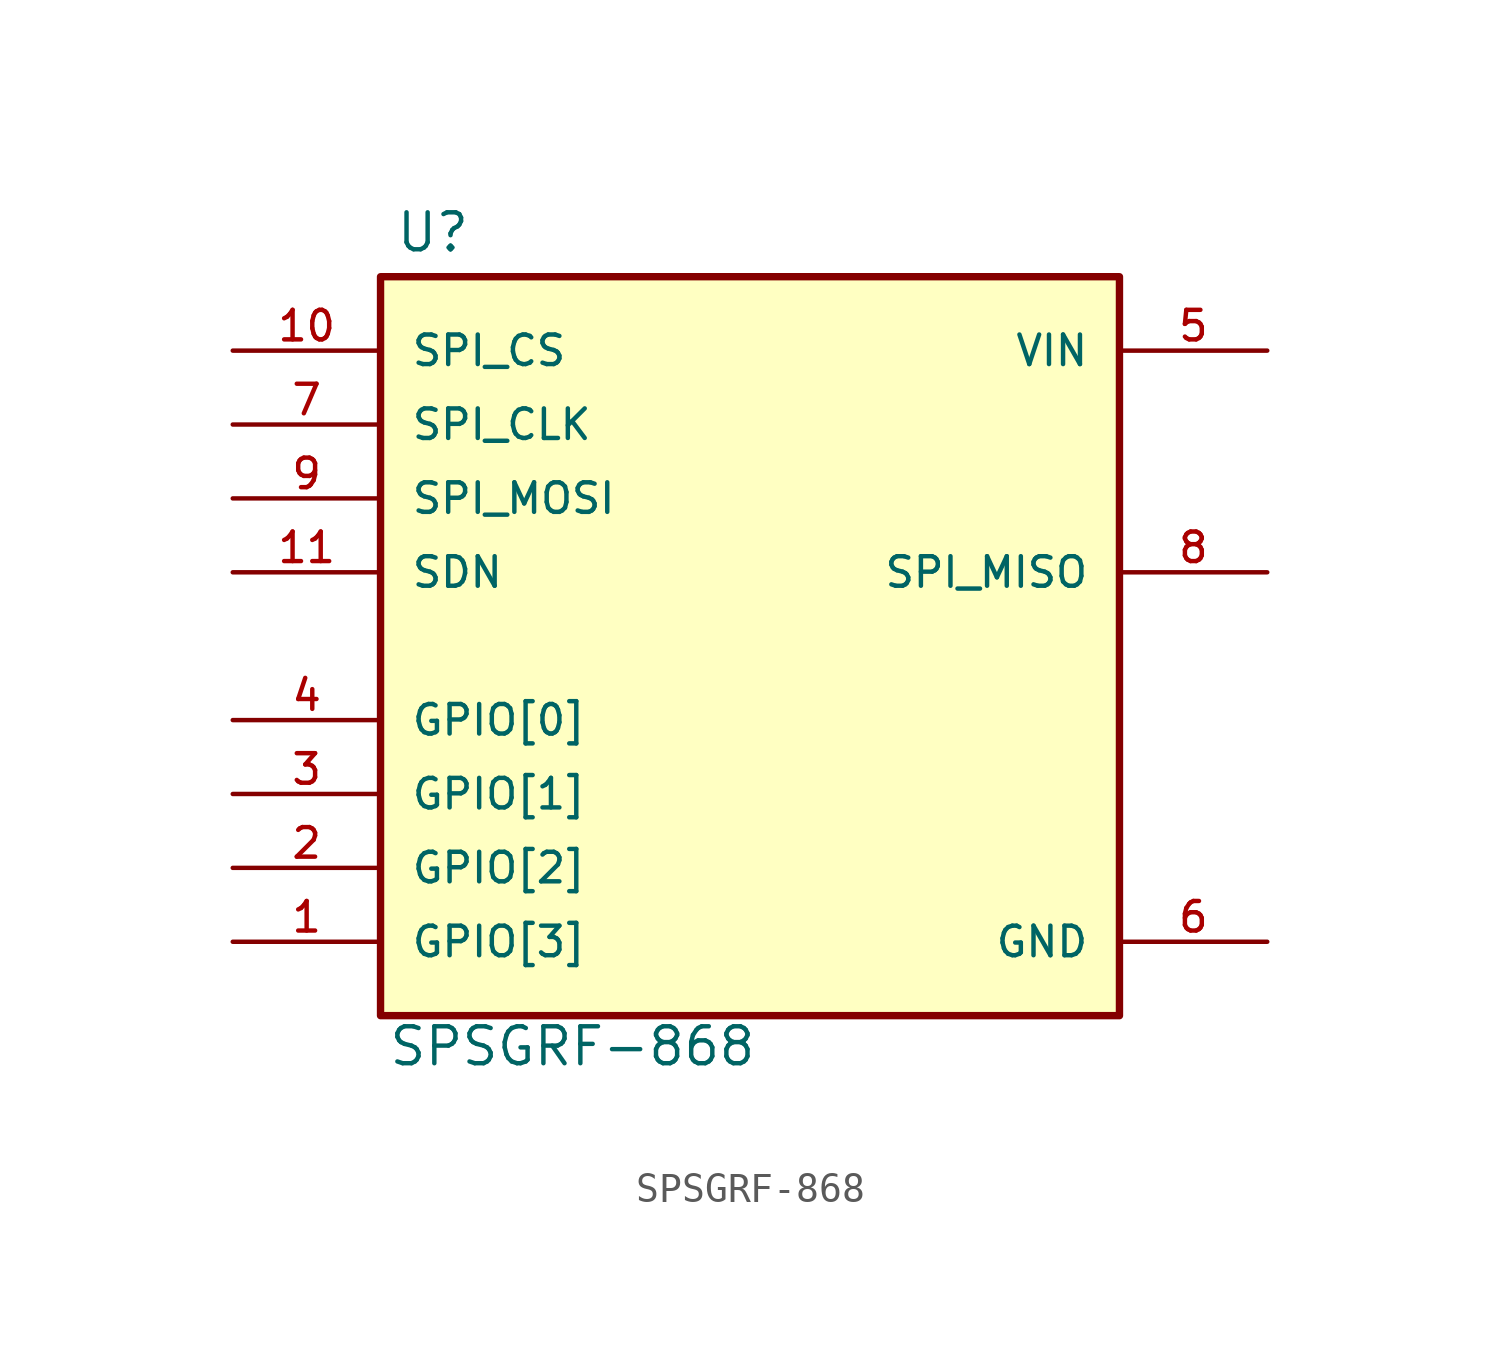
<source format=kicad_sym>
(kicad_symbol_lib
  (version 20211014)
  (generator kicad_symbol_editor)
  (symbol "SPSGRF-868"
    (pin_names
      (offset 1.016))
    (property "Reference" "U"
      (at -12.209 13.481 0)
      (effects (font (size 1.27 1.27)) (justify bottom left)))
    (property "Value" "SPSGRF-868"
      (at -12.463 -14.498 0)
      (effects (font (size 1.27 1.27)) (justify bottom left)))
    (symbol "SPSGRF-868_0_0"
      (rectangle (start -12.7 -12.7) (end 12.7 12.7) (stroke (width 0.254)) (fill (type background)))
      (pin bidirectional line (at -17.78 -2.54 0) (length 5.08) (name "GPIO[0]" (effects (font (size 1.016 1.016)))) (number "4" (effects (font (size 1.016 1.016)))))
      (pin bidirectional line (at -17.78 -5.08 0) (length 5.08) (name "GPIO[1]" (effects (font (size 1.016 1.016)))) (number "3" (effects (font (size 1.016 1.016)))))
      (pin bidirectional line (at -17.78 -7.62 0) (length 5.08) (name "GPIO[2]" (effects (font (size 1.016 1.016)))) (number "2" (effects (font (size 1.016 1.016)))))
      (pin bidirectional line (at -17.78 -10.16 0) (length 5.08) (name "GPIO[3]" (effects (font (size 1.016 1.016)))) (number "1" (effects (font (size 1.016 1.016)))))
      (pin power_in line (at 17.78 10.16 180.0) (length 5.08) (name "VIN" (effects (font (size 1.016 1.016)))) (number "5" (effects (font (size 1.016 1.016)))))
      (pin power_in line (at 17.78 -10.16 180.0) (length 5.08) (name "GND" (effects (font (size 1.016 1.016)))) (number "6" (effects (font (size 1.016 1.016)))))
      (pin input line (at -17.78 7.62 0) (length 5.08) (name "SPI_CLK" (effects (font (size 1.016 1.016)))) (number "7" (effects (font (size 1.016 1.016)))))
      (pin output line (at 17.78 2.54 180.0) (length 5.08) (name "SPI_MISO" (effects (font (size 1.016 1.016)))) (number "8" (effects (font (size 1.016 1.016)))))
      (pin input line (at -17.78 5.08 0) (length 5.08) (name "SPI_MOSI" (effects (font (size 1.016 1.016)))) (number "9" (effects (font (size 1.016 1.016)))))
      (pin input line (at -17.78 10.16 0) (length 5.08) (name "SPI_CS" (effects (font (size 1.016 1.016)))) (number "10" (effects (font (size 1.016 1.016)))))
      (pin input line (at -17.78 2.54 0) (length 5.08) (name "SDN" (effects (font (size 1.016 1.016)))) (number "11" (effects (font (size 1.016 1.016))))))))
</source>
